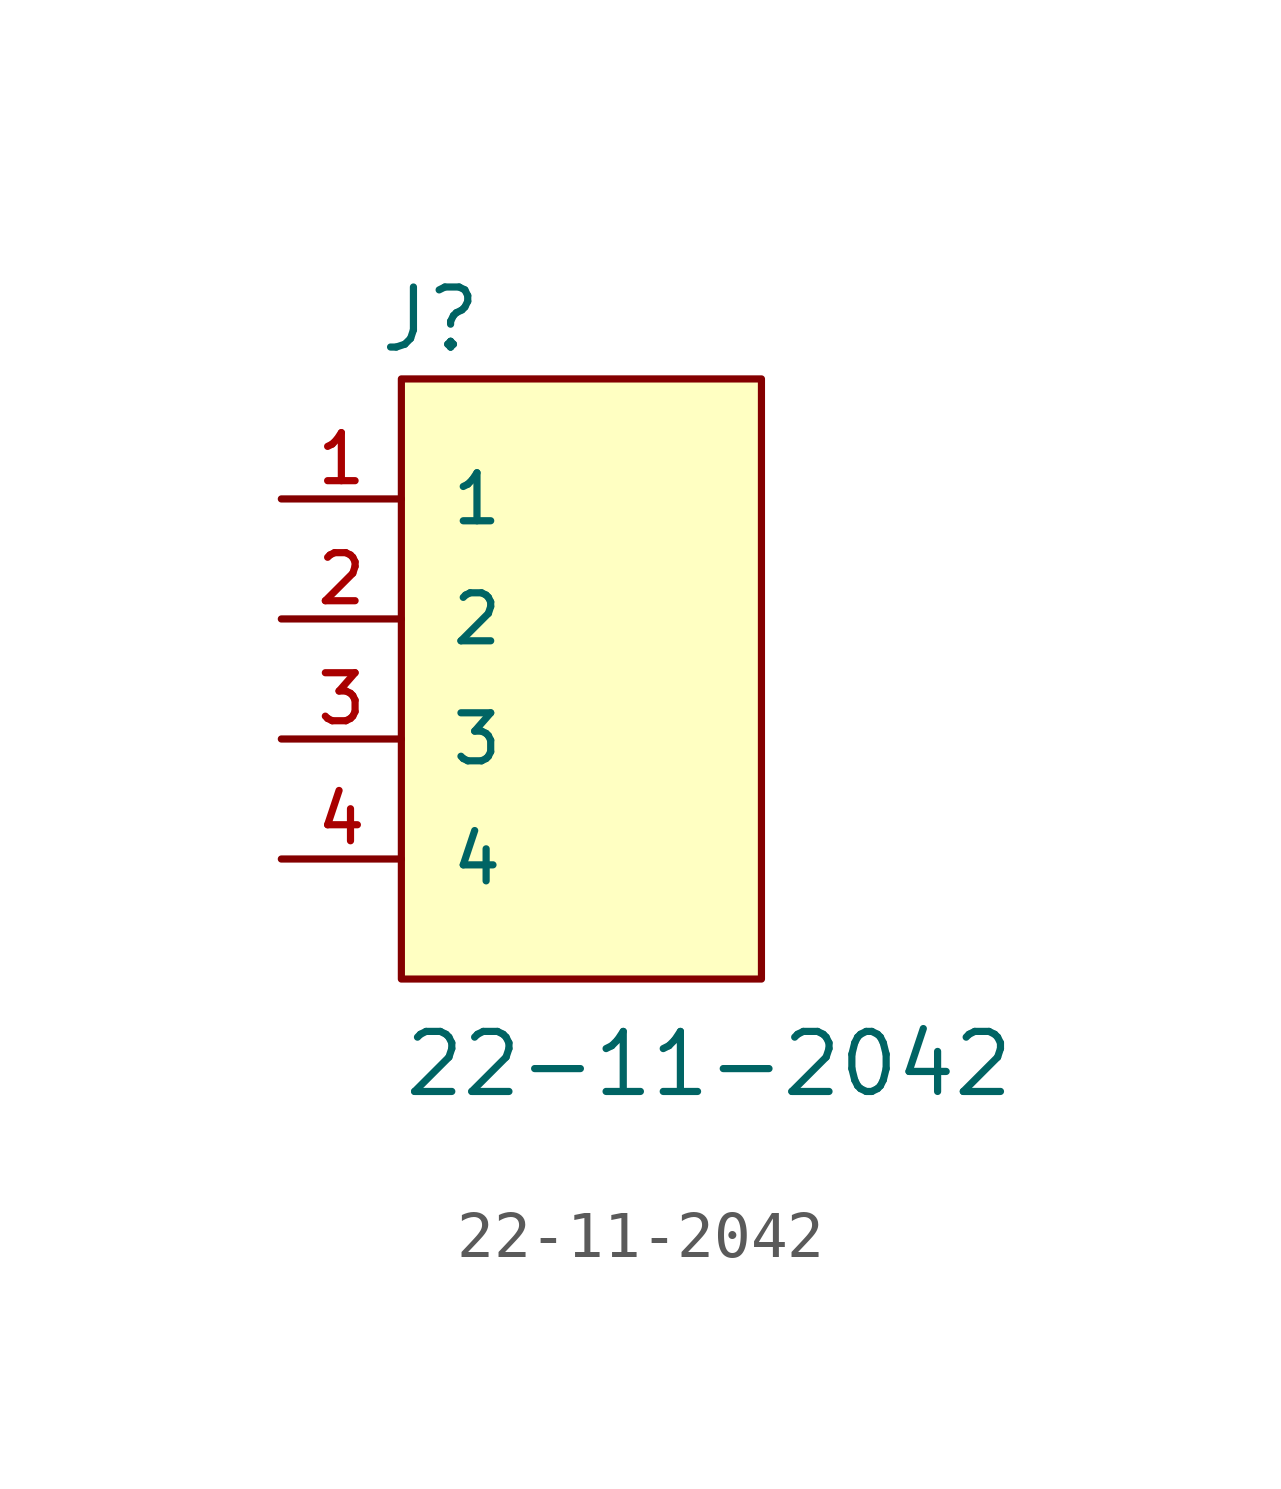
<source format=kicad_sym>
(kicad_symbol_lib
  (version 20211014)
  (generator kicad_symbol_editor)
  (symbol "22-11-2042"
    (pin_names
      (offset 1.016))
    (property "Reference" "J"
      (at -3.05 5.591 0)
      (effects (font (size 1.27 1.27)) (justify bottom left)))
    (property "Value" "22-11-2042"
      (at -2.541 -10.162 0)
      (effects (font (size 1.27 1.27)) (justify bottom left)))
    (symbol "22-11-2042_0_0"
      (rectangle (start -2.54 -7.62) (end 5.08 5.08) (stroke (width 0.152)) (fill (type background)))
      (pin passive line (at -5.08 2.54 0) (length 2.54) (name "1" (effects (font (size 1.016 1.016)))) (number "1" (effects (font (size 1.016 1.016)))))
      (pin passive line (at -5.08 0.0 0) (length 2.54) (name "2" (effects (font (size 1.016 1.016)))) (number "2" (effects (font (size 1.016 1.016)))))
      (pin passive line (at -5.08 -2.54 0) (length 2.54) (name "3" (effects (font (size 1.016 1.016)))) (number "3" (effects (font (size 1.016 1.016)))))
      (pin passive line (at -5.08 -5.08 0) (length 2.54) (name "4" (effects (font (size 1.016 1.016)))) (number "4" (effects (font (size 1.016 1.016))))))))
</source>
